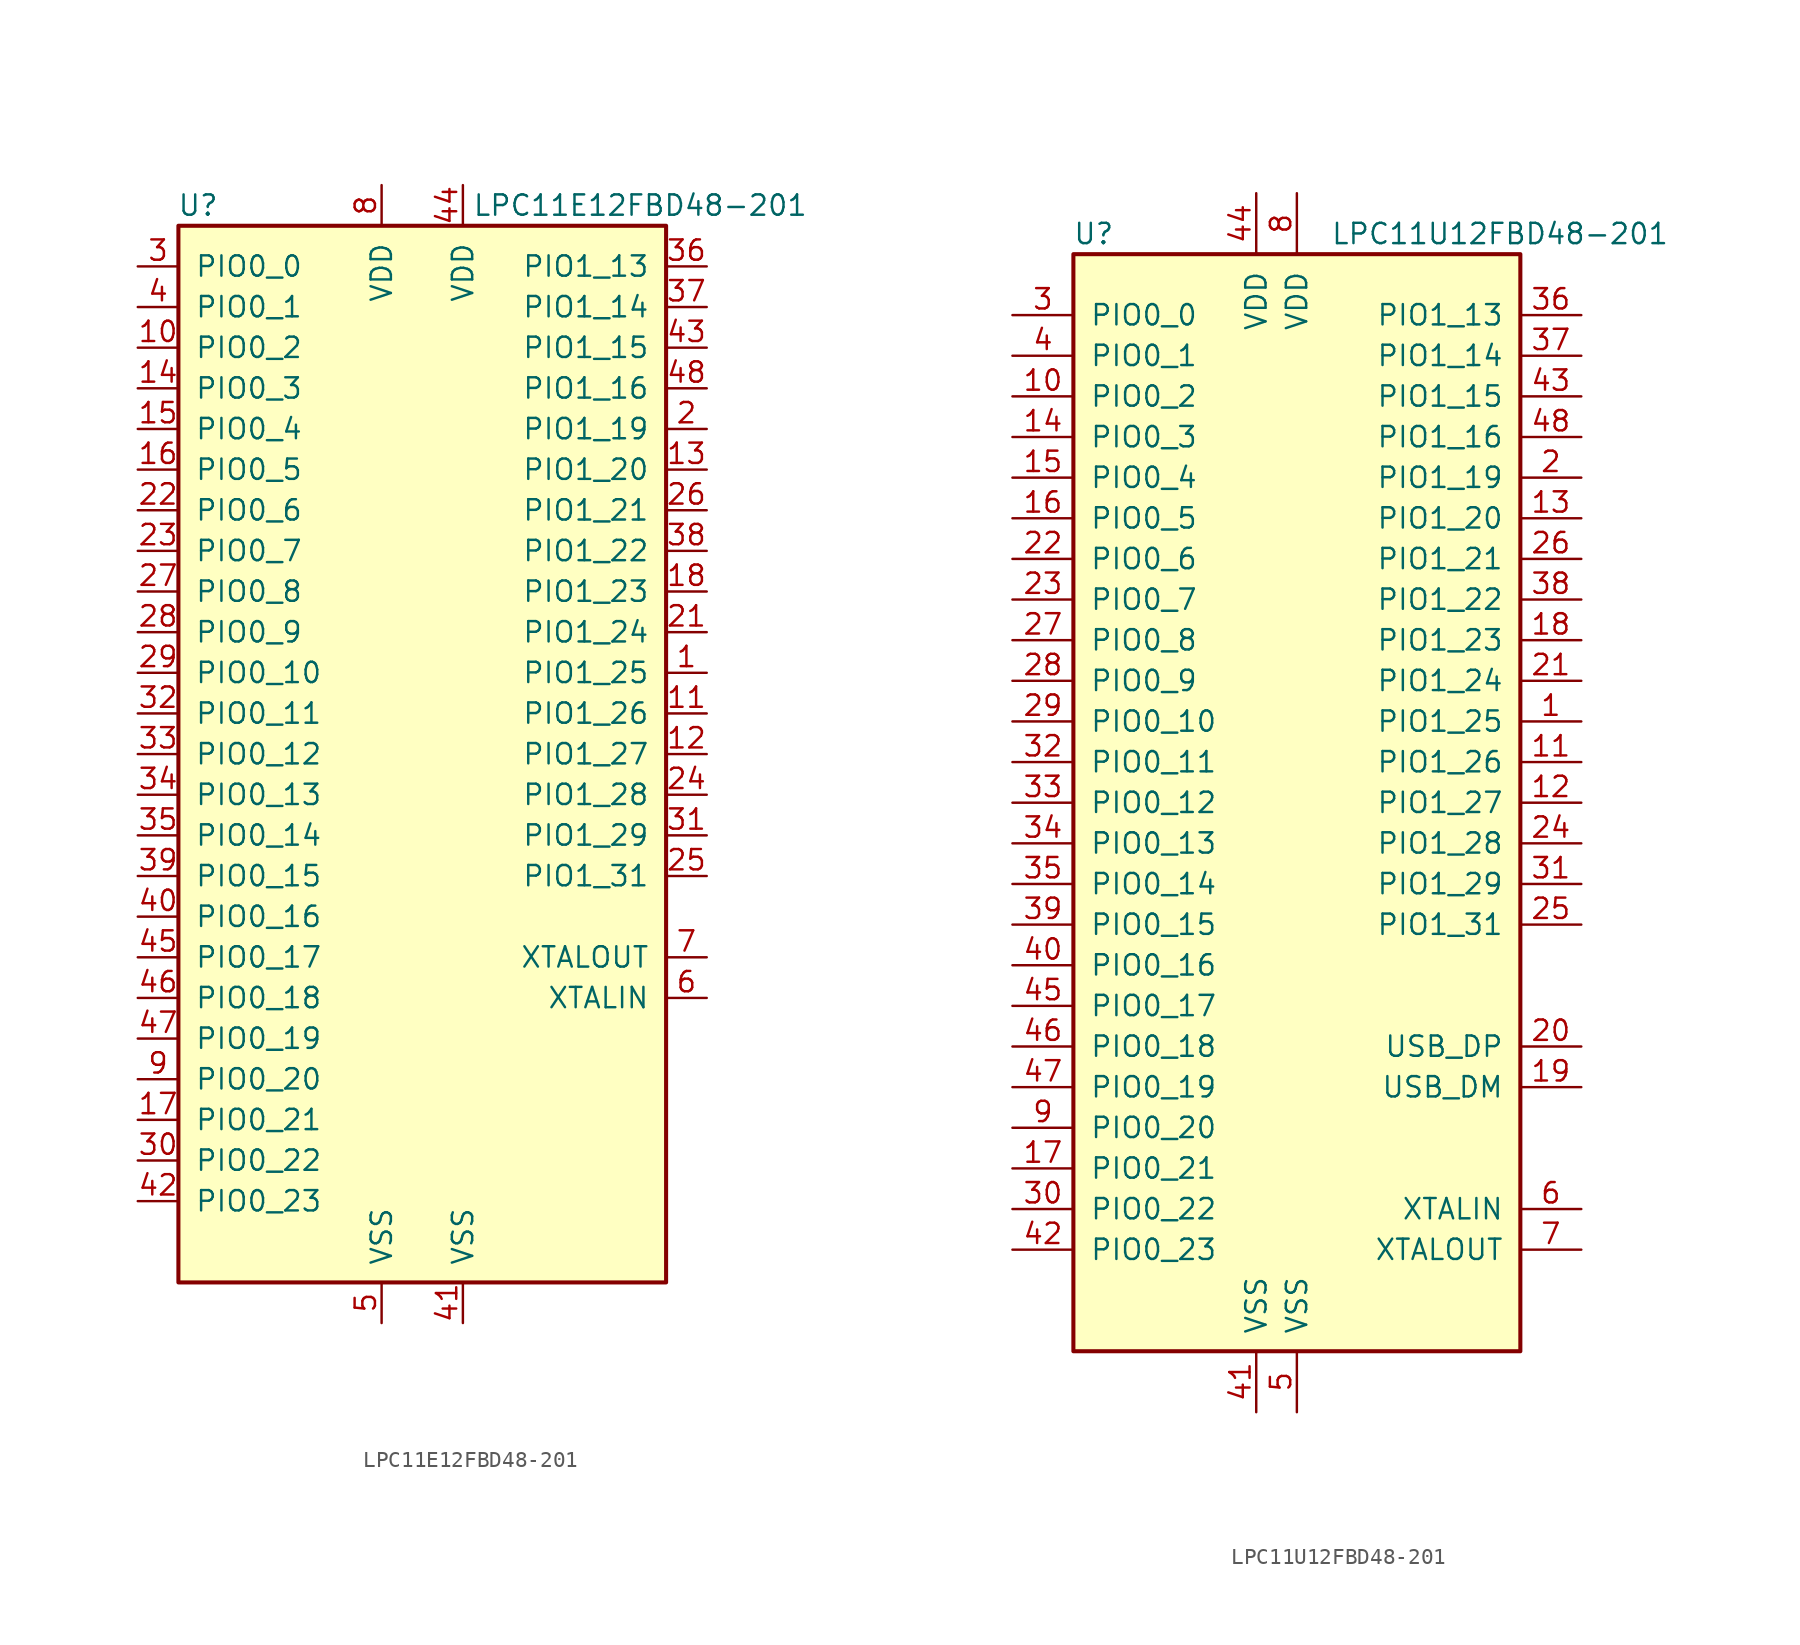
<source format=kicad_sym>
(kicad_symbol_lib
  (version 20201005)
  (generator kicad_symbol_editor)
  (symbol "LPC11E12FBD48-201"
    (pin_names
      (offset 1.016))
    (property "Reference" "U"
      (at -12.7 34.29 0)
      (effects (font (size 1.27 1.27)) (justify right)))
    (property "Value" "LPC11E12FBD48-201"
      (at 24.13 34.29 0)
      (effects (font (size 1.27 1.27)) (justify right)))
    (symbol "LPC11E12FBD48-201_0_1"
      (rectangle (start -15.24 33.02) (end 15.24 -33.02) (stroke (width 0.254)) (fill (type background))))
    (symbol "LPC11E12FBD48-201_1_1"
      (pin bidirectional line (at 17.78 5.08 180) (length 2.54) (name "PIO1_25" (effects (font (size 1.27 1.27)))) (number "1" (effects (font (size 1.27 1.27)))))
      (pin bidirectional line (at -17.78 25.4 0) (length 2.54) (name "PIO0_2" (effects (font (size 1.27 1.27)))) (number "10" (effects (font (size 1.27 1.27)))))
      (pin bidirectional line (at 17.78 2.54 180) (length 2.54) (name "PIO1_26" (effects (font (size 1.27 1.27)))) (number "11" (effects (font (size 1.27 1.27)))))
      (pin bidirectional line (at 17.78 0 180) (length 2.54) (name "PIO1_27" (effects (font (size 1.27 1.27)))) (number "12" (effects (font (size 1.27 1.27)))))
      (pin bidirectional line (at 17.78 17.78 180) (length 2.54) (name "PIO1_20" (effects (font (size 1.27 1.27)))) (number "13" (effects (font (size 1.27 1.27)))))
      (pin bidirectional line (at -17.78 22.86 0) (length 2.54) (name "PIO0_3" (effects (font (size 1.27 1.27)))) (number "14" (effects (font (size 1.27 1.27)))))
      (pin open_collector line (at -17.78 20.32 0) (length 2.54) (name "PIO0_4" (effects (font (size 1.27 1.27)))) (number "15" (effects (font (size 1.27 1.27)))))
      (pin open_collector line (at -17.78 17.78 0) (length 2.54) (name "PIO0_5" (effects (font (size 1.27 1.27)))) (number "16" (effects (font (size 1.27 1.27)))))
      (pin bidirectional line (at -17.78 -22.86 0) (length 2.54) (name "PIO0_21" (effects (font (size 1.27 1.27)))) (number "17" (effects (font (size 1.27 1.27)))))
      (pin bidirectional line (at 17.78 10.16 180) (length 2.54) (name "PIO1_23" (effects (font (size 1.27 1.27)))) (number "18" (effects (font (size 1.27 1.27)))))
      (pin no_connect line (at 17.78 -22.86 180) (length 2.54) hide (name "NC" (effects (font (size 1.27 1.27)))) (number "19" (effects (font (size 1.27 1.27)))))
      (pin bidirectional line (at 17.78 20.32 180) (length 2.54) (name "PIO1_19" (effects (font (size 1.27 1.27)))) (number "2" (effects (font (size 1.27 1.27)))))
      (pin no_connect line (at 17.78 -20.32 180) (length 2.54) hide (name "NC" (effects (font (size 1.27 1.27)))) (number "20" (effects (font (size 1.27 1.27)))))
      (pin bidirectional line (at 17.78 7.62 180) (length 2.54) (name "PIO1_24" (effects (font (size 1.27 1.27)))) (number "21" (effects (font (size 1.27 1.27)))))
      (pin bidirectional line (at -17.78 15.24 0) (length 2.54) (name "PIO0_6" (effects (font (size 1.27 1.27)))) (number "22" (effects (font (size 1.27 1.27)))))
      (pin bidirectional line (at -17.78 12.7 0) (length 2.54) (name "PIO0_7" (effects (font (size 1.27 1.27)))) (number "23" (effects (font (size 1.27 1.27)))))
      (pin bidirectional line (at 17.78 -2.54 180) (length 2.54) (name "PIO1_28" (effects (font (size 1.27 1.27)))) (number "24" (effects (font (size 1.27 1.27)))))
      (pin bidirectional line (at 17.78 -7.62 180) (length 2.54) (name "PIO1_31" (effects (font (size 1.27 1.27)))) (number "25" (effects (font (size 1.27 1.27)))))
      (pin bidirectional line (at 17.78 15.24 180) (length 2.54) (name "PIO1_21" (effects (font (size 1.27 1.27)))) (number "26" (effects (font (size 1.27 1.27)))))
      (pin bidirectional line (at -17.78 10.16 0) (length 2.54) (name "PIO0_8" (effects (font (size 1.27 1.27)))) (number "27" (effects (font (size 1.27 1.27)))))
      (pin bidirectional line (at -17.78 7.62 0) (length 2.54) (name "PIO0_9" (effects (font (size 1.27 1.27)))) (number "28" (effects (font (size 1.27 1.27)))))
      (pin bidirectional line (at -17.78 5.08 0) (length 2.54) (name "PIO0_10" (effects (font (size 1.27 1.27)))) (number "29" (effects (font (size 1.27 1.27)))))
      (pin bidirectional line (at -17.78 30.48 0) (length 2.54) (name "PIO0_0" (effects (font (size 1.27 1.27)))) (number "3" (effects (font (size 1.27 1.27)))))
      (pin bidirectional line (at -17.78 -25.4 0) (length 2.54) (name "PIO0_22" (effects (font (size 1.27 1.27)))) (number "30" (effects (font (size 1.27 1.27)))))
      (pin bidirectional line (at 17.78 -5.08 180) (length 2.54) (name "PIO1_29" (effects (font (size 1.27 1.27)))) (number "31" (effects (font (size 1.27 1.27)))))
      (pin bidirectional line (at -17.78 2.54 0) (length 2.54) (name "PIO0_11" (effects (font (size 1.27 1.27)))) (number "32" (effects (font (size 1.27 1.27)))))
      (pin bidirectional line (at -17.78 0 0) (length 2.54) (name "PIO0_12" (effects (font (size 1.27 1.27)))) (number "33" (effects (font (size 1.27 1.27)))))
      (pin bidirectional line (at -17.78 -2.54 0) (length 2.54) (name "PIO0_13" (effects (font (size 1.27 1.27)))) (number "34" (effects (font (size 1.27 1.27)))))
      (pin bidirectional line (at -17.78 -5.08 0) (length 2.54) (name "PIO0_14" (effects (font (size 1.27 1.27)))) (number "35" (effects (font (size 1.27 1.27)))))
      (pin bidirectional line (at 17.78 30.48 180) (length 2.54) (name "PIO1_13" (effects (font (size 1.27 1.27)))) (number "36" (effects (font (size 1.27 1.27)))))
      (pin bidirectional line (at 17.78 27.94 180) (length 2.54) (name "PIO1_14" (effects (font (size 1.27 1.27)))) (number "37" (effects (font (size 1.27 1.27)))))
      (pin bidirectional line (at 17.78 12.7 180) (length 2.54) (name "PIO1_22" (effects (font (size 1.27 1.27)))) (number "38" (effects (font (size 1.27 1.27)))))
      (pin bidirectional line (at -17.78 -7.62 0) (length 2.54) (name "PIO0_15" (effects (font (size 1.27 1.27)))) (number "39" (effects (font (size 1.27 1.27)))))
      (pin bidirectional line (at -17.78 27.94 0) (length 2.54) (name "PIO0_1" (effects (font (size 1.27 1.27)))) (number "4" (effects (font (size 1.27 1.27)))))
      (pin bidirectional line (at -17.78 -10.16 0) (length 2.54) (name "PIO0_16" (effects (font (size 1.27 1.27)))) (number "40" (effects (font (size 1.27 1.27)))))
      (pin power_in line (at 2.54 -35.56 90) (length 2.54) (name "VSS" (effects (font (size 1.27 1.27)))) (number "41" (effects (font (size 1.27 1.27)))))
      (pin bidirectional line (at -17.78 -27.94 0) (length 2.54) (name "PIO0_23" (effects (font (size 1.27 1.27)))) (number "42" (effects (font (size 1.27 1.27)))))
      (pin bidirectional line (at 17.78 25.4 180) (length 2.54) (name "PIO1_15" (effects (font (size 1.27 1.27)))) (number "43" (effects (font (size 1.27 1.27)))))
      (pin power_in line (at 2.54 35.56 270) (length 2.54) (name "VDD" (effects (font (size 1.27 1.27)))) (number "44" (effects (font (size 1.27 1.27)))))
      (pin bidirectional line (at -17.78 -12.7 0) (length 2.54) (name "PIO0_17" (effects (font (size 1.27 1.27)))) (number "45" (effects (font (size 1.27 1.27)))))
      (pin bidirectional line (at -17.78 -15.24 0) (length 2.54) (name "PIO0_18" (effects (font (size 1.27 1.27)))) (number "46" (effects (font (size 1.27 1.27)))))
      (pin bidirectional line (at -17.78 -17.78 0) (length 2.54) (name "PIO0_19" (effects (font (size 1.27 1.27)))) (number "47" (effects (font (size 1.27 1.27)))))
      (pin bidirectional line (at 17.78 22.86 180) (length 2.54) (name "PIO1_16" (effects (font (size 1.27 1.27)))) (number "48" (effects (font (size 1.27 1.27)))))
      (pin power_in line (at -2.54 -35.56 90) (length 2.54) (name "VSS" (effects (font (size 1.27 1.27)))) (number "5" (effects (font (size 1.27 1.27)))))
      (pin passive line (at 17.78 -15.24 180) (length 2.54) (name "XTALIN" (effects (font (size 1.27 1.27)))) (number "6" (effects (font (size 1.27 1.27)))))
      (pin passive line (at 17.78 -12.7 180) (length 2.54) (name "XTALOUT" (effects (font (size 1.27 1.27)))) (number "7" (effects (font (size 1.27 1.27)))))
      (pin power_in line (at -2.54 35.56 270) (length 2.54) (name "VDD" (effects (font (size 1.27 1.27)))) (number "8" (effects (font (size 1.27 1.27)))))
      (pin bidirectional line (at -17.78 -20.32 0) (length 2.54) (name "PIO0_20" (effects (font (size 1.27 1.27)))) (number "9" (effects (font (size 1.27 1.27)))))))
  (symbol "LPC11U12FBD48-201"
    (pin_names
      (offset 1.016))
    (property "Reference" "U"
      (at -12.7 35.56 0)
      (effects (font (size 1.27 1.27))))
    (property "Value" "LPC11U12FBD48-201"
      (at 12.7 35.56 0)
      (effects (font (size 1.27 1.27))))
    (symbol "LPC11U12FBD48-201_0_1"
      (rectangle (start -13.97 34.29) (end 13.97 -34.29) (stroke (width 0.254)) (fill (type background))))
    (symbol "LPC11U12FBD48-201_1_1"
      (pin bidirectional line (at 17.78 5.08 180) (length 3.81) (name "PIO1_25" (effects (font (size 1.27 1.27)))) (number "1" (effects (font (size 1.27 1.27)))))
      (pin bidirectional line (at -17.78 25.4 0) (length 3.81) (name "PIO0_2" (effects (font (size 1.27 1.27)))) (number "10" (effects (font (size 1.27 1.27)))))
      (pin bidirectional line (at 17.78 2.54 180) (length 3.81) (name "PIO1_26" (effects (font (size 1.27 1.27)))) (number "11" (effects (font (size 1.27 1.27)))))
      (pin bidirectional line (at 17.78 0 180) (length 3.81) (name "PIO1_27" (effects (font (size 1.27 1.27)))) (number "12" (effects (font (size 1.27 1.27)))))
      (pin bidirectional line (at 17.78 17.78 180) (length 3.81) (name "PIO1_20" (effects (font (size 1.27 1.27)))) (number "13" (effects (font (size 1.27 1.27)))))
      (pin bidirectional line (at -17.78 22.86 0) (length 3.81) (name "PIO0_3" (effects (font (size 1.27 1.27)))) (number "14" (effects (font (size 1.27 1.27)))))
      (pin bidirectional line (at -17.78 20.32 0) (length 3.81) (name "PIO0_4" (effects (font (size 1.27 1.27)))) (number "15" (effects (font (size 1.27 1.27)))))
      (pin bidirectional line (at -17.78 17.78 0) (length 3.81) (name "PIO0_5" (effects (font (size 1.27 1.27)))) (number "16" (effects (font (size 1.27 1.27)))))
      (pin bidirectional line (at -17.78 -22.86 0) (length 3.81) (name "PIO0_21" (effects (font (size 1.27 1.27)))) (number "17" (effects (font (size 1.27 1.27)))))
      (pin bidirectional line (at 17.78 10.16 180) (length 3.81) (name "PIO1_23" (effects (font (size 1.27 1.27)))) (number "18" (effects (font (size 1.27 1.27)))))
      (pin bidirectional line (at 17.78 -17.78 180) (length 3.81) (name "USB_DM" (effects (font (size 1.27 1.27)))) (number "19" (effects (font (size 1.27 1.27)))))
      (pin bidirectional line (at 17.78 20.32 180) (length 3.81) (name "PIO1_19" (effects (font (size 1.27 1.27)))) (number "2" (effects (font (size 1.27 1.27)))))
      (pin bidirectional line (at 17.78 -15.24 180) (length 3.81) (name "USB_DP" (effects (font (size 1.27 1.27)))) (number "20" (effects (font (size 1.27 1.27)))))
      (pin bidirectional line (at 17.78 7.62 180) (length 3.81) (name "PIO1_24" (effects (font (size 1.27 1.27)))) (number "21" (effects (font (size 1.27 1.27)))))
      (pin bidirectional line (at -17.78 15.24 0) (length 3.81) (name "PIO0_6" (effects (font (size 1.27 1.27)))) (number "22" (effects (font (size 1.27 1.27)))))
      (pin bidirectional line (at -17.78 12.7 0) (length 3.81) (name "PIO0_7" (effects (font (size 1.27 1.27)))) (number "23" (effects (font (size 1.27 1.27)))))
      (pin bidirectional line (at 17.78 -2.54 180) (length 3.81) (name "PIO1_28" (effects (font (size 1.27 1.27)))) (number "24" (effects (font (size 1.27 1.27)))))
      (pin bidirectional line (at 17.78 -7.62 180) (length 3.81) (name "PIO1_31" (effects (font (size 1.27 1.27)))) (number "25" (effects (font (size 1.27 1.27)))))
      (pin bidirectional line (at 17.78 15.24 180) (length 3.81) (name "PIO1_21" (effects (font (size 1.27 1.27)))) (number "26" (effects (font (size 1.27 1.27)))))
      (pin bidirectional line (at -17.78 10.16 0) (length 3.81) (name "PIO0_8" (effects (font (size 1.27 1.27)))) (number "27" (effects (font (size 1.27 1.27)))))
      (pin bidirectional line (at -17.78 7.62 0) (length 3.81) (name "PIO0_9" (effects (font (size 1.27 1.27)))) (number "28" (effects (font (size 1.27 1.27)))))
      (pin bidirectional line (at -17.78 5.08 0) (length 3.81) (name "PIO0_10" (effects (font (size 1.27 1.27)))) (number "29" (effects (font (size 1.27 1.27)))))
      (pin bidirectional line (at -17.78 30.48 0) (length 3.81) (name "PIO0_0" (effects (font (size 1.27 1.27)))) (number "3" (effects (font (size 1.27 1.27)))))
      (pin bidirectional line (at -17.78 -25.4 0) (length 3.81) (name "PIO0_22" (effects (font (size 1.27 1.27)))) (number "30" (effects (font (size 1.27 1.27)))))
      (pin bidirectional line (at 17.78 -5.08 180) (length 3.81) (name "PIO1_29" (effects (font (size 1.27 1.27)))) (number "31" (effects (font (size 1.27 1.27)))))
      (pin bidirectional line (at -17.78 2.54 0) (length 3.81) (name "PIO0_11" (effects (font (size 1.27 1.27)))) (number "32" (effects (font (size 1.27 1.27)))))
      (pin bidirectional line (at -17.78 0 0) (length 3.81) (name "PIO0_12" (effects (font (size 1.27 1.27)))) (number "33" (effects (font (size 1.27 1.27)))))
      (pin bidirectional line (at -17.78 -2.54 0) (length 3.81) (name "PIO0_13" (effects (font (size 1.27 1.27)))) (number "34" (effects (font (size 1.27 1.27)))))
      (pin bidirectional line (at -17.78 -5.08 0) (length 3.81) (name "PIO0_14" (effects (font (size 1.27 1.27)))) (number "35" (effects (font (size 1.27 1.27)))))
      (pin bidirectional line (at 17.78 30.48 180) (length 3.81) (name "PIO1_13" (effects (font (size 1.27 1.27)))) (number "36" (effects (font (size 1.27 1.27)))))
      (pin bidirectional line (at 17.78 27.94 180) (length 3.81) (name "PIO1_14" (effects (font (size 1.27 1.27)))) (number "37" (effects (font (size 1.27 1.27)))))
      (pin bidirectional line (at 17.78 12.7 180) (length 3.81) (name "PIO1_22" (effects (font (size 1.27 1.27)))) (number "38" (effects (font (size 1.27 1.27)))))
      (pin bidirectional line (at -17.78 -7.62 0) (length 3.81) (name "PIO0_15" (effects (font (size 1.27 1.27)))) (number "39" (effects (font (size 1.27 1.27)))))
      (pin bidirectional line (at -17.78 27.94 0) (length 3.81) (name "PIO0_1" (effects (font (size 1.27 1.27)))) (number "4" (effects (font (size 1.27 1.27)))))
      (pin bidirectional line (at -17.78 -10.16 0) (length 3.81) (name "PIO0_16" (effects (font (size 1.27 1.27)))) (number "40" (effects (font (size 1.27 1.27)))))
      (pin power_in line (at -2.54 -38.1 90) (length 3.81) (name "VSS" (effects (font (size 1.27 1.27)))) (number "41" (effects (font (size 1.27 1.27)))))
      (pin bidirectional line (at -17.78 -27.94 0) (length 3.81) (name "PIO0_23" (effects (font (size 1.27 1.27)))) (number "42" (effects (font (size 1.27 1.27)))))
      (pin bidirectional line (at 17.78 25.4 180) (length 3.81) (name "PIO1_15" (effects (font (size 1.27 1.27)))) (number "43" (effects (font (size 1.27 1.27)))))
      (pin power_in line (at -2.54 38.1 270) (length 3.81) (name "VDD" (effects (font (size 1.27 1.27)))) (number "44" (effects (font (size 1.27 1.27)))))
      (pin bidirectional line (at -17.78 -12.7 0) (length 3.81) (name "PIO0_17" (effects (font (size 1.27 1.27)))) (number "45" (effects (font (size 1.27 1.27)))))
      (pin bidirectional line (at -17.78 -15.24 0) (length 3.81) (name "PIO0_18" (effects (font (size 1.27 1.27)))) (number "46" (effects (font (size 1.27 1.27)))))
      (pin bidirectional line (at -17.78 -17.78 0) (length 3.81) (name "PIO0_19" (effects (font (size 1.27 1.27)))) (number "47" (effects (font (size 1.27 1.27)))))
      (pin bidirectional line (at 17.78 22.86 180) (length 3.81) (name "PIO1_16" (effects (font (size 1.27 1.27)))) (number "48" (effects (font (size 1.27 1.27)))))
      (pin power_in line (at 0 -38.1 90) (length 3.81) (name "VSS" (effects (font (size 1.27 1.27)))) (number "5" (effects (font (size 1.27 1.27)))))
      (pin input line (at 17.78 -25.4 180) (length 3.81) (name "XTALIN" (effects (font (size 1.27 1.27)))) (number "6" (effects (font (size 1.27 1.27)))))
      (pin output line (at 17.78 -27.94 180) (length 3.81) (name "XTALOUT" (effects (font (size 1.27 1.27)))) (number "7" (effects (font (size 1.27 1.27)))))
      (pin power_in line (at 0 38.1 270) (length 3.81) (name "VDD" (effects (font (size 1.27 1.27)))) (number "8" (effects (font (size 1.27 1.27)))))
      (pin bidirectional line (at -17.78 -20.32 0) (length 3.81) (name "PIO0_20" (effects (font (size 1.27 1.27)))) (number "9" (effects (font (size 1.27 1.27))))))))
</source>
